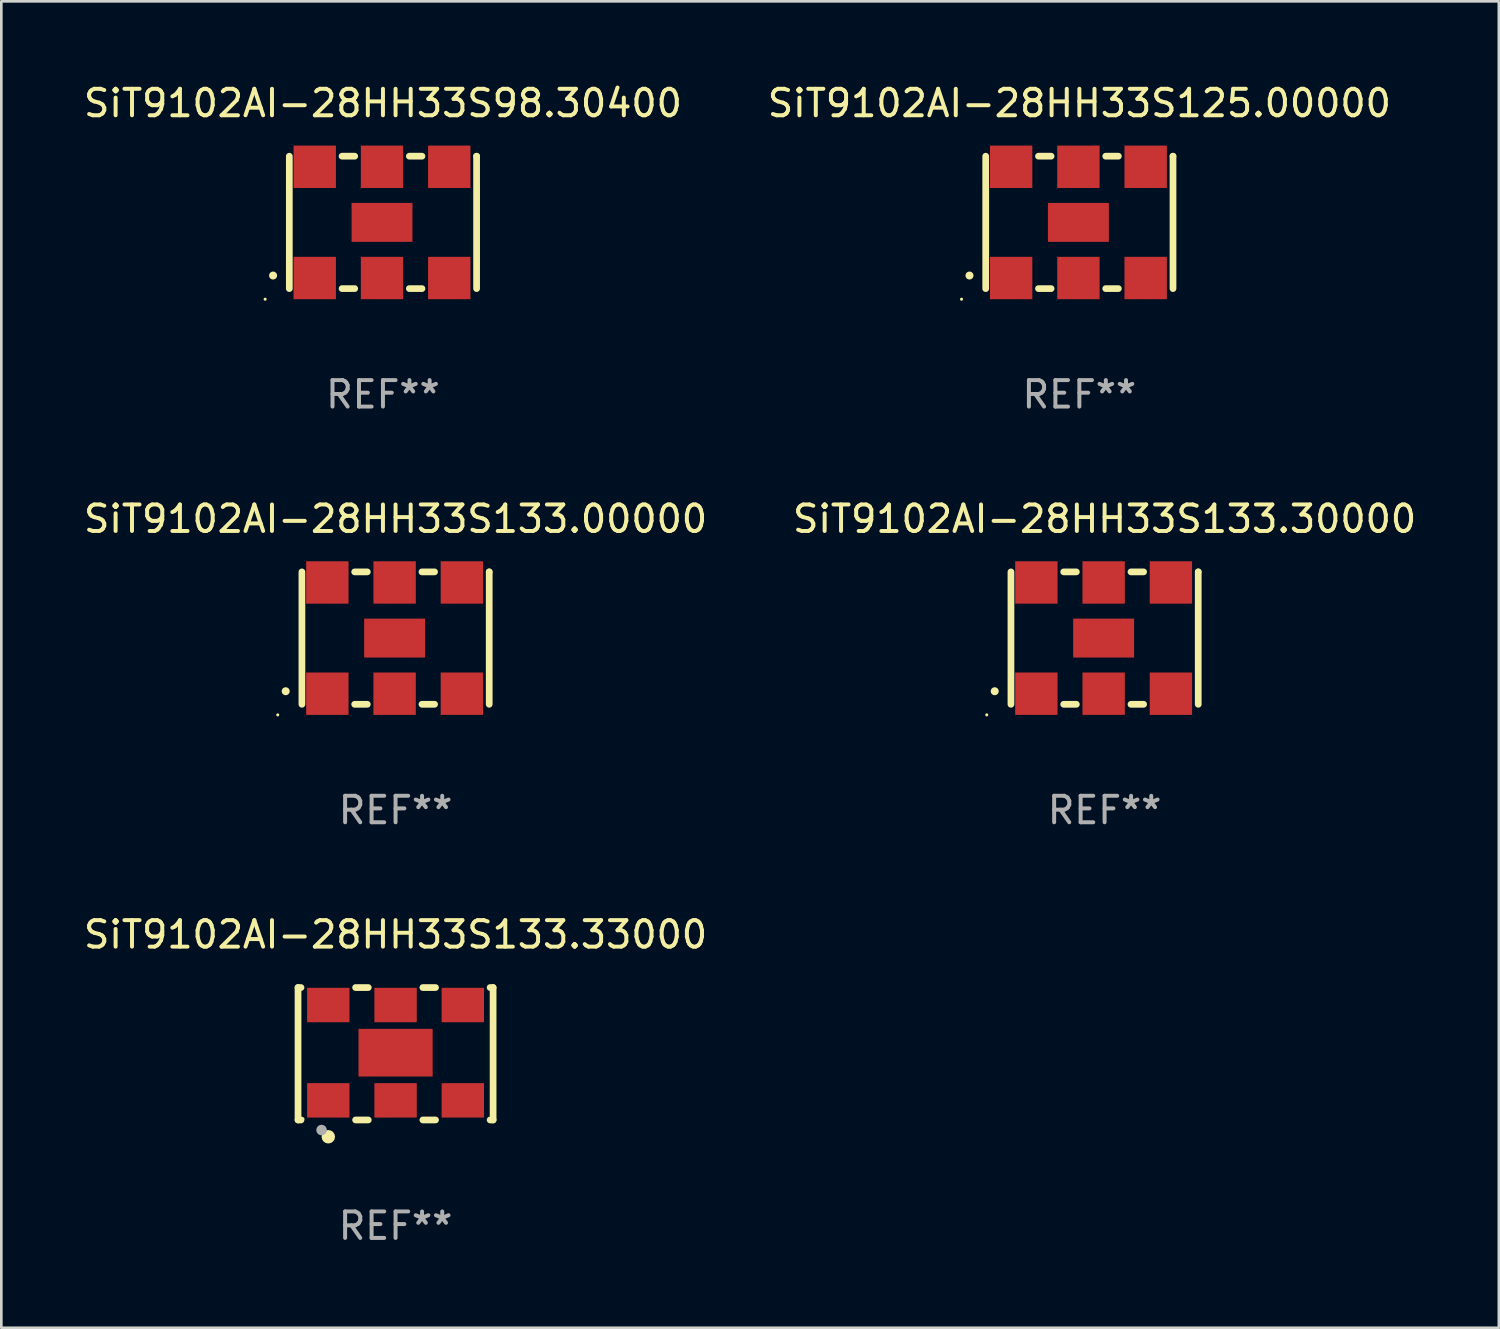
<source format=kicad_pcb>
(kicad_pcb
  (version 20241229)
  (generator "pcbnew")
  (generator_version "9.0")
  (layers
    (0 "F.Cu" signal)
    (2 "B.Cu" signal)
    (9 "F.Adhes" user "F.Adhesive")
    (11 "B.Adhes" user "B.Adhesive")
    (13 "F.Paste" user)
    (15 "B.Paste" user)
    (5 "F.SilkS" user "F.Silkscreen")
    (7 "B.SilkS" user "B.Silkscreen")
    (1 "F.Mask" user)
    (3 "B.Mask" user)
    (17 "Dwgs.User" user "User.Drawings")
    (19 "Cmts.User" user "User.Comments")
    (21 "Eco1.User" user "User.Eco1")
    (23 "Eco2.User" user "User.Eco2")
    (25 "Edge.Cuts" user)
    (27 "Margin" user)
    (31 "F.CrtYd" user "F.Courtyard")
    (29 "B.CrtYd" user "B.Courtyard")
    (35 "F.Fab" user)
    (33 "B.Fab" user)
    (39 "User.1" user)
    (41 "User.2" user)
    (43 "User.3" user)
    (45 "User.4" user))
  (footprint "SiT9102AI-28HH33S133.00000"
    (layer "F.Cu")
    (at 11.887 21.045)
    (property "Reference" "SiT9102AI-28HH33S133.00000" (at 0 -4.5 0) (layer "F.SilkS") (effects (font (size 1 1) (thickness 0.15))))
    (attr through_hole)
    (fp_line (start -3.536 -2.5) (end -3.536 2.5) (stroke (width 0.254) (type solid)) (layer "F.SilkS"))
    (fp_line (start -1.544 2.5) (end -1.067 2.5) (stroke (width 0.254) (type solid)) (layer "F.SilkS"))
    (fp_line (start -1.067 -2.5) (end -1.544 -2.5) (stroke (width 0.254) (type solid)) (layer "F.SilkS"))
    (fp_line (start 0.996 2.5) (end 1.473 2.5) (stroke (width 0.254) (type solid)) (layer "F.SilkS"))
    (fp_line (start 1.473 -2.5) (end 0.996 -2.5) (stroke (width 0.254) (type solid)) (layer "F.SilkS"))
    (fp_line (start 3.536 -2.5) (end 3.536 -2.5) (stroke (width 0.254) (type solid)) (layer "F.SilkS"))
    (fp_line (start 3.536 2.5) (end 3.536 -2.5) (stroke (width 0.254) (type solid)) (layer "F.SilkS"))
    (fp_arc (start -4.150432 2.006604) (mid -4.149162 2.006599) (end -4.147892 2.006604) (stroke (width 0.3) (type solid)) (layer "F.SilkS"))
    (fp_circle (center -4.449 2.9) (end -4.419 2.9) (stroke (width 0.06) (type solid)) (fill no) (layer "F.SilkS"))
    (fp_text user "REF**" (at 0 6.5 0) (layer "F.Fab") (effects (font (size 1 1) (thickness 0.15))))
    (pad "1" smd rect (at -2.576 2.1) (size 1.6 1.6) (layers "F.Cu" "F.Mask" "F.Paste"))
    (pad "2" smd rect (at -0.036 2.1) (size 1.6 1.6) (layers "F.Cu" "F.Mask" "F.Paste"))
    (pad "3" smd rect (at 2.504 2.1) (size 1.6 1.6) (layers "F.Cu" "F.Mask" "F.Paste"))
    (pad "4" smd rect (at 2.504 -2.1) (size 1.6 1.6) (layers "F.Cu" "F.Mask" "F.Paste"))
    (pad "5" smd rect (at -0.036 -2.1) (size 1.6 1.6) (layers "F.Cu" "F.Mask" "F.Paste"))
    (pad "6" smd rect (at -2.576 -2.1) (size 1.6 1.6) (layers "F.Cu" "F.Mask" "F.Paste"))
    (pad "7" smd rect (at -0.036 0) (size 2.3 1.47) (layers "F.Cu" "F.Mask" "F.Paste")))
  (footprint "SiT9102AI-28HH33S133.33000"
    (layer "F.Cu")
    (at 11.887 36.741)
    (property "Reference" "SiT9102AI-28HH33S133.33000" (at 0 -4.5 0) (layer "F.SilkS") (effects (font (size 1 1) (thickness 0.15))))
    (attr through_hole)
    (fp_line (start -3.683 -2.5) (end -3.571 -2.5) (stroke (width 0.254) (type solid)) (layer "F.SilkS"))
    (fp_line (start -3.683 2.5) (end -3.683 -2.5) (stroke (width 0.254) (type solid)) (layer "F.SilkS"))
    (fp_line (start -3.683 2.5) (end -3.571 2.5) (stroke (width 0.254) (type solid)) (layer "F.SilkS"))
    (fp_line (start -1.509 -2.5) (end -1.031 -2.5) (stroke (width 0.254) (type solid)) (layer "F.SilkS"))
    (fp_line (start -1.509 2.5) (end -1.031 2.5) (stroke (width 0.254) (type solid)) (layer "F.SilkS"))
    (fp_line (start 1.031 -2.5) (end 1.509 -2.5) (stroke (width 0.254) (type solid)) (layer "F.SilkS"))
    (fp_line (start 1.031 2.5) (end 1.509 2.5) (stroke (width 0.254) (type solid)) (layer "F.SilkS"))
    (fp_line (start 3.571 -2.5) (end 3.683 -2.5) (stroke (width 0.254) (type solid)) (layer "F.SilkS"))
    (fp_line (start 3.571 2.5) (end 3.683 2.5) (stroke (width 0.254) (type solid)) (layer "F.SilkS"))
    (fp_line (start 3.683 2.5) (end 3.683 -2.5) (stroke (width 0.254) (type solid)) (layer "F.SilkS"))
    (fp_circle (center -3.5 2.46) (end -3.47 2.46) (stroke (width 0.06) (type solid)) (fill no) (layer "F.SilkS"))
    (fp_circle (center -2.54 3.135) (end -2.413 3.135) (stroke (width 0.254) (type solid)) (fill no) (layer "F.SilkS"))
    (fp_circle (center -2.794 2.881) (end -2.694 2.881) (stroke (width 0.2) (type solid)) (fill no) (layer "F.Fab"))
    (fp_text user "REF**" (at 0 6.5 0) (layer "F.Fab") (effects (font (size 1 1) (thickness 0.15))))
    (pad "1" smd rect (at -2.54 1.76) (size 1.6 1.3) (layers "F.Cu" "F.Mask" "F.Paste"))
    (pad "2" smd rect (at 0 1.76) (size 1.6 1.3) (layers "F.Cu" "F.Mask" "F.Paste"))
    (pad "3" smd rect (at 2.54 1.76) (size 1.6 1.3) (layers "F.Cu" "F.Mask" "F.Paste"))
    (pad "4" smd rect (at 2.54 -1.84) (size 1.6 1.3) (layers "F.Cu" "F.Mask" "F.Paste"))
    (pad "5" smd rect (at 0 -1.84) (size 1.6 1.3) (layers "F.Cu" "F.Mask" "F.Paste"))
    (pad "6" smd rect (at -2.54 -1.84) (size 1.6 1.3) (layers "F.Cu" "F.Mask" "F.Paste"))
    (pad "7" smd rect (at 0 -0.04) (size 2.8 1.8) (layers "F.Cu" "F.Mask" "F.Paste")))
  (footprint "SiT9102AI-28HH33S98.30400"
    (layer "F.Cu")
    (at 11.411 5.348)
    (property "Reference" "SiT9102AI-28HH33S98.30400" (at 0 -4.5 0) (layer "F.SilkS") (effects (font (size 1 1) (thickness 0.15))))
    (attr through_hole)
    (fp_line (start -3.536 -2.5) (end -3.536 2.5) (stroke (width 0.254) (type solid)) (layer "F.SilkS"))
    (fp_line (start -1.544 2.5) (end -1.067 2.5) (stroke (width 0.254) (type solid)) (layer "F.SilkS"))
    (fp_line (start -1.067 -2.5) (end -1.544 -2.5) (stroke (width 0.254) (type solid)) (layer "F.SilkS"))
    (fp_line (start 0.996 2.5) (end 1.473 2.5) (stroke (width 0.254) (type solid)) (layer "F.SilkS"))
    (fp_line (start 1.473 -2.5) (end 0.996 -2.5) (stroke (width 0.254) (type solid)) (layer "F.SilkS"))
    (fp_line (start 3.536 -2.5) (end 3.536 -2.5) (stroke (width 0.254) (type solid)) (layer "F.SilkS"))
    (fp_line (start 3.536 2.5) (end 3.536 -2.5) (stroke (width 0.254) (type solid)) (layer "F.SilkS"))
    (fp_arc (start -4.150432 2.006604) (mid -4.149162 2.006599) (end -4.147892 2.006604) (stroke (width 0.3) (type solid)) (layer "F.SilkS"))
    (fp_circle (center -4.449 2.9) (end -4.419 2.9) (stroke (width 0.06) (type solid)) (fill no) (layer "F.SilkS"))
    (fp_text user "REF**" (at 0 6.5 0) (layer "F.Fab") (effects (font (size 1 1) (thickness 0.15))))
    (pad "1" smd rect (at -2.576 2.1) (size 1.6 1.6) (layers "F.Cu" "F.Mask" "F.Paste"))
    (pad "2" smd rect (at -0.036 2.1) (size 1.6 1.6) (layers "F.Cu" "F.Mask" "F.Paste"))
    (pad "3" smd rect (at 2.504 2.1) (size 1.6 1.6) (layers "F.Cu" "F.Mask" "F.Paste"))
    (pad "4" smd rect (at 2.504 -2.1) (size 1.6 1.6) (layers "F.Cu" "F.Mask" "F.Paste"))
    (pad "5" smd rect (at -0.036 -2.1) (size 1.6 1.6) (layers "F.Cu" "F.Mask" "F.Paste"))
    (pad "6" smd rect (at -2.576 -2.1) (size 1.6 1.6) (layers "F.Cu" "F.Mask" "F.Paste"))
    (pad "7" smd rect (at -0.036 0) (size 2.3 1.47) (layers "F.Cu" "F.Mask" "F.Paste")))
  (footprint "SiT9102AI-28HH33S125.00000"
    (layer "F.Cu")
    (at 37.708 5.348)
    (property "Reference" "SiT9102AI-28HH33S125.00000" (at 0 -4.5 0) (layer "F.SilkS") (effects (font (size 1 1) (thickness 0.15))))
    (attr through_hole)
    (fp_line (start -3.536 -2.5) (end -3.536 2.5) (stroke (width 0.254) (type solid)) (layer "F.SilkS"))
    (fp_line (start -1.544 2.5) (end -1.067 2.5) (stroke (width 0.254) (type solid)) (layer "F.SilkS"))
    (fp_line (start -1.067 -2.5) (end -1.544 -2.5) (stroke (width 0.254) (type solid)) (layer "F.SilkS"))
    (fp_line (start 0.996 2.5) (end 1.473 2.5) (stroke (width 0.254) (type solid)) (layer "F.SilkS"))
    (fp_line (start 1.473 -2.5) (end 0.996 -2.5) (stroke (width 0.254) (type solid)) (layer "F.SilkS"))
    (fp_line (start 3.536 -2.5) (end 3.536 -2.5) (stroke (width 0.254) (type solid)) (layer "F.SilkS"))
    (fp_line (start 3.536 2.5) (end 3.536 -2.5) (stroke (width 0.254) (type solid)) (layer "F.SilkS"))
    (fp_arc (start -4.150432 2.006604) (mid -4.149162 2.006599) (end -4.147892 2.006604) (stroke (width 0.3) (type solid)) (layer "F.SilkS"))
    (fp_circle (center -4.449 2.9) (end -4.419 2.9) (stroke (width 0.06) (type solid)) (fill no) (layer "F.SilkS"))
    (fp_text user "REF**" (at 0 6.5 0) (layer "F.Fab") (effects (font (size 1 1) (thickness 0.15))))
    (pad "1" smd rect (at -2.576 2.1) (size 1.6 1.6) (layers "F.Cu" "F.Mask" "F.Paste"))
    (pad "2" smd rect (at -0.036 2.1) (size 1.6 1.6) (layers "F.Cu" "F.Mask" "F.Paste"))
    (pad "3" smd rect (at 2.504 2.1) (size 1.6 1.6) (layers "F.Cu" "F.Mask" "F.Paste"))
    (pad "4" smd rect (at 2.504 -2.1) (size 1.6 1.6) (layers "F.Cu" "F.Mask" "F.Paste"))
    (pad "5" smd rect (at -0.036 -2.1) (size 1.6 1.6) (layers "F.Cu" "F.Mask" "F.Paste"))
    (pad "6" smd rect (at -2.576 -2.1) (size 1.6 1.6) (layers "F.Cu" "F.Mask" "F.Paste"))
    (pad "7" smd rect (at -0.036 0) (size 2.3 1.47) (layers "F.Cu" "F.Mask" "F.Paste")))
  (footprint "SiT9102AI-28HH33S133.30000"
    (layer "F.Cu")
    (at 38.661 21.045)
    (property "Reference" "SiT9102AI-28HH33S133.30000" (at 0 -4.5 0) (layer "F.SilkS") (effects (font (size 1 1) (thickness 0.15))))
    (attr through_hole)
    (fp_line (start -3.536 -2.5) (end -3.536 2.5) (stroke (width 0.254) (type solid)) (layer "F.SilkS"))
    (fp_line (start -1.544 2.5) (end -1.067 2.5) (stroke (width 0.254) (type solid)) (layer "F.SilkS"))
    (fp_line (start -1.067 -2.5) (end -1.544 -2.5) (stroke (width 0.254) (type solid)) (layer "F.SilkS"))
    (fp_line (start 0.996 2.5) (end 1.473 2.5) (stroke (width 0.254) (type solid)) (layer "F.SilkS"))
    (fp_line (start 1.473 -2.5) (end 0.996 -2.5) (stroke (width 0.254) (type solid)) (layer "F.SilkS"))
    (fp_line (start 3.536 -2.5) (end 3.536 -2.5) (stroke (width 0.254) (type solid)) (layer "F.SilkS"))
    (fp_line (start 3.536 2.5) (end 3.536 -2.5) (stroke (width 0.254) (type solid)) (layer "F.SilkS"))
    (fp_arc (start -4.150432 2.006604) (mid -4.149162 2.006599) (end -4.147892 2.006604) (stroke (width 0.3) (type solid)) (layer "F.SilkS"))
    (fp_circle (center -4.449 2.9) (end -4.419 2.9) (stroke (width 0.06) (type solid)) (fill no) (layer "F.SilkS"))
    (fp_text user "REF**" (at 0 6.5 0) (layer "F.Fab") (effects (font (size 1 1) (thickness 0.15))))
    (pad "1" smd rect (at -2.576 2.1) (size 1.6 1.6) (layers "F.Cu" "F.Mask" "F.Paste"))
    (pad "2" smd rect (at -0.036 2.1) (size 1.6 1.6) (layers "F.Cu" "F.Mask" "F.Paste"))
    (pad "3" smd rect (at 2.504 2.1) (size 1.6 1.6) (layers "F.Cu" "F.Mask" "F.Paste"))
    (pad "4" smd rect (at 2.504 -2.1) (size 1.6 1.6) (layers "F.Cu" "F.Mask" "F.Paste"))
    (pad "5" smd rect (at -0.036 -2.1) (size 1.6 1.6) (layers "F.Cu" "F.Mask" "F.Paste"))
    (pad "6" smd rect (at -2.576 -2.1) (size 1.6 1.6) (layers "F.Cu" "F.Mask" "F.Paste"))
    (pad "7" smd rect (at -0.036 0) (size 2.3 1.47) (layers "F.Cu" "F.Mask" "F.Paste")))
  (gr_rect
    (start -3 -3)
    (end 53.548 47.09)
    (stroke (width 0.1) (type default))
    (fill no)
    (layer "Edge.Cuts")))
</source>
